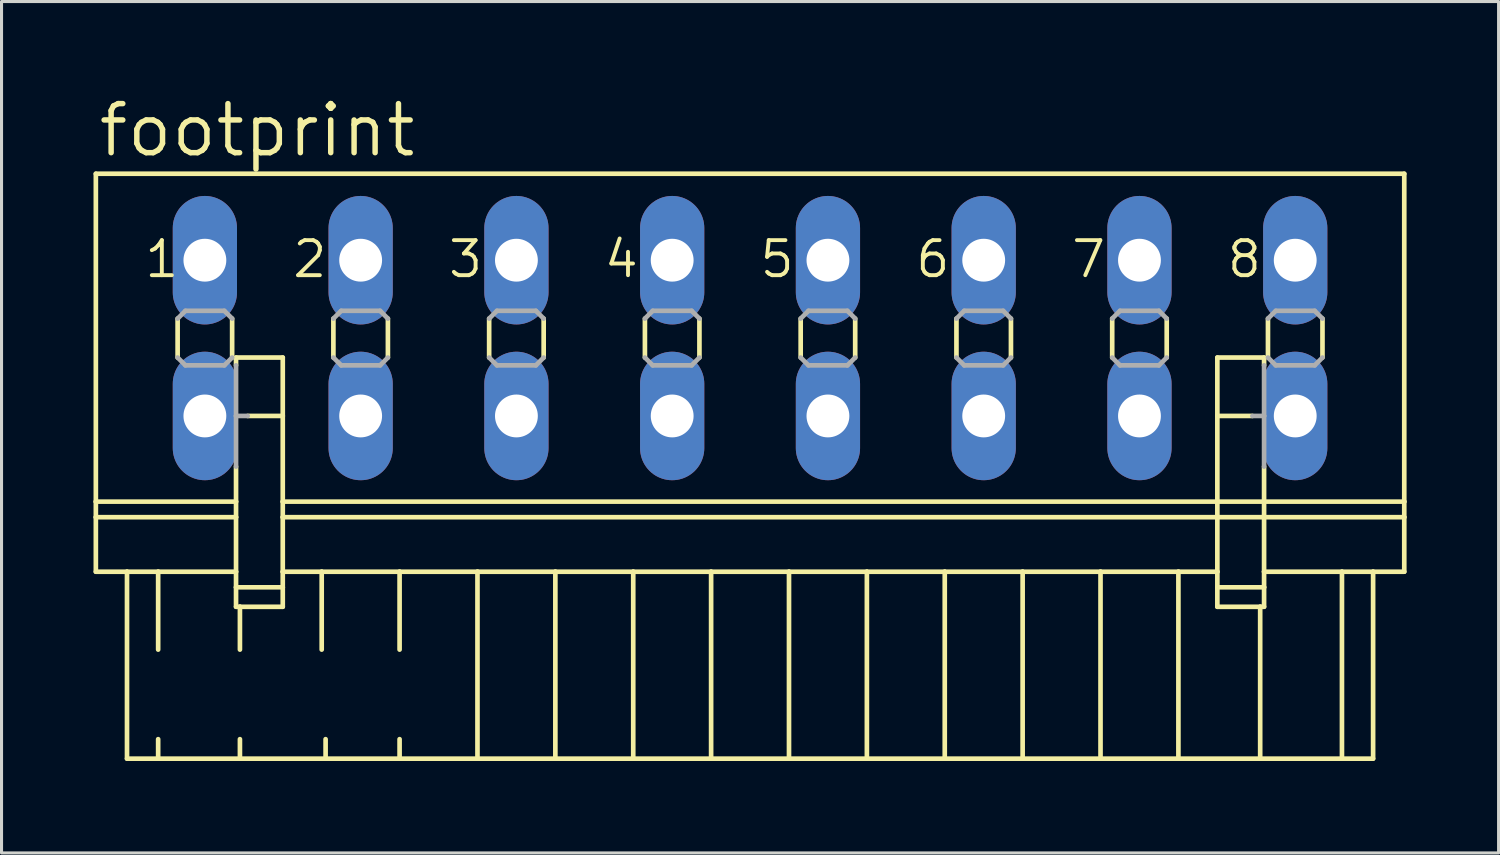
<source format=kicad_pcb>
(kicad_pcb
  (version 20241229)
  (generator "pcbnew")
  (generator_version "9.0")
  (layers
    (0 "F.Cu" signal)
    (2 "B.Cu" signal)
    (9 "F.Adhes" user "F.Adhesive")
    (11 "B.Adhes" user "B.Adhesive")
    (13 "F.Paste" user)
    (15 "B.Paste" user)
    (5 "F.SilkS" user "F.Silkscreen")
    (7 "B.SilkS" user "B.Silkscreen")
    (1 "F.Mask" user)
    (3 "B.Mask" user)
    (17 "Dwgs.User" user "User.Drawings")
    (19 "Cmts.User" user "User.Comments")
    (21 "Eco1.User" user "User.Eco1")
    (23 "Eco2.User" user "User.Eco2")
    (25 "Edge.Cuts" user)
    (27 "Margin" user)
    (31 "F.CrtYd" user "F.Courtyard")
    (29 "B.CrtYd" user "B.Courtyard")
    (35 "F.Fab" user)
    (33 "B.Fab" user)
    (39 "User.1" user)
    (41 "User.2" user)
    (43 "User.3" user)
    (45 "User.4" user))
  (footprint "footprint"
    (layer "F.Cu")
    (at 21.412 7.976)
    (property "Reference" "footprint" (at -21.336 -5.842 0) (layer "F.SilkS") (effects (font (size 1.6 1.6) (thickness 0.178)) (justify left bottom)))
    (fp_line (start -21.336 -5.359) (end -21.336 5.334) (stroke (width 0.152) (type solid)) (layer "F.SilkS"))
    (fp_line (start -21.336 -5.359) (end 21.336 -5.359) (stroke (width 0.152) (type solid)) (layer "F.SilkS"))
    (fp_line (start -21.336 5.334) (end -21.336 5.842) (stroke (width 0.152) (type solid)) (layer "F.SilkS"))
    (fp_line (start -21.336 5.334) (end -16.764 5.334) (stroke (width 0.152) (type solid)) (layer "F.SilkS"))
    (fp_line (start -21.336 5.842) (end -21.336 7.62) (stroke (width 0.152) (type solid)) (layer "F.SilkS"))
    (fp_line (start -21.336 5.842) (end -16.764 5.842) (stroke (width 0.152) (type solid)) (layer "F.SilkS"))
    (fp_line (start -21.336 7.62) (end -20.32 7.62) (stroke (width 0.152) (type solid)) (layer "F.SilkS"))
    (fp_line (start -20.32 7.62) (end -20.32 13.716) (stroke (width 0.152) (type solid)) (layer "F.SilkS"))
    (fp_line (start -20.32 7.62) (end -19.304 7.62) (stroke (width 0.152) (type solid)) (layer "F.SilkS"))
    (fp_line (start -20.32 13.716) (end -19.304 13.716) (stroke (width 0.152) (type solid)) (layer "F.SilkS"))
    (fp_line (start -19.304 7.62) (end -19.304 10.16) (stroke (width 0.152) (type solid)) (layer "F.SilkS"))
    (fp_line (start -19.304 7.62) (end -16.764 7.62) (stroke (width 0.152) (type solid)) (layer "F.SilkS"))
    (fp_line (start -19.304 13.081) (end -19.304 13.716) (stroke (width 0.152) (type solid)) (layer "F.SilkS"))
    (fp_line (start -19.304 13.716) (end -16.637 13.716) (stroke (width 0.152) (type solid)) (layer "F.SilkS"))
    (fp_line (start -18.669 -0.635) (end -18.669 0.635) (stroke (width 0.152) (type solid)) (layer "F.SilkS"))
    (fp_line (start -16.891 -0.635) (end -16.891 0.635) (stroke (width 0.152) (type solid)) (layer "F.SilkS"))
    (fp_line (start -16.764 0.635) (end -16.764 0.889) (stroke (width 0.152) (type solid)) (layer "F.SilkS"))
    (fp_line (start -16.764 0.635) (end -15.24 0.635) (stroke (width 0.152) (type solid)) (layer "F.SilkS"))
    (fp_line (start -16.764 4.191) (end -16.764 5.334) (stroke (width 0.152) (type solid)) (layer "F.SilkS"))
    (fp_line (start -16.764 5.842) (end -16.764 5.334) (stroke (width 0.152) (type solid)) (layer "F.SilkS"))
    (fp_line (start -16.764 7.62) (end -16.764 5.842) (stroke (width 0.152) (type solid)) (layer "F.SilkS"))
    (fp_line (start -16.764 8.128) (end -16.764 7.62) (stroke (width 0.152) (type solid)) (layer "F.SilkS"))
    (fp_line (start -16.764 8.128) (end -15.24 8.128) (stroke (width 0.152) (type solid)) (layer "F.SilkS"))
    (fp_line (start -16.764 8.763) (end -16.764 8.128) (stroke (width 0.152) (type solid)) (layer "F.SilkS"))
    (fp_line (start -16.637 8.763) (end -16.764 8.763) (stroke (width 0.152) (type solid)) (layer "F.SilkS"))
    (fp_line (start -16.637 8.763) (end -16.637 10.16) (stroke (width 0.152) (type solid)) (layer "F.SilkS"))
    (fp_line (start -16.637 13.081) (end -16.637 13.716) (stroke (width 0.152) (type solid)) (layer "F.SilkS"))
    (fp_line (start -16.637 13.716) (end -13.843 13.716) (stroke (width 0.152) (type solid)) (layer "F.SilkS"))
    (fp_line (start -15.24 0.635) (end -15.24 2.54) (stroke (width 0.152) (type solid)) (layer "F.SilkS"))
    (fp_line (start -15.24 2.54) (end -16.383 2.54) (stroke (width 0.152) (type solid)) (layer "F.SilkS"))
    (fp_line (start -15.24 2.54) (end -15.24 5.334) (stroke (width 0.152) (type solid)) (layer "F.SilkS"))
    (fp_line (start -15.24 5.334) (end -15.24 5.842) (stroke (width 0.152) (type solid)) (layer "F.SilkS"))
    (fp_line (start -15.24 5.334) (end 15.24 5.334) (stroke (width 0.152) (type solid)) (layer "F.SilkS"))
    (fp_line (start -15.24 5.842) (end -15.24 7.62) (stroke (width 0.152) (type solid)) (layer "F.SilkS"))
    (fp_line (start -15.24 5.842) (end 15.24 5.842) (stroke (width 0.152) (type solid)) (layer "F.SilkS"))
    (fp_line (start -15.24 7.62) (end -15.24 8.128) (stroke (width 0.152) (type solid)) (layer "F.SilkS"))
    (fp_line (start -15.24 7.62) (end -13.97 7.62) (stroke (width 0.152) (type solid)) (layer "F.SilkS"))
    (fp_line (start -15.24 8.128) (end -15.24 8.763) (stroke (width 0.152) (type solid)) (layer "F.SilkS"))
    (fp_line (start -15.24 8.763) (end -16.637 8.763) (stroke (width 0.152) (type solid)) (layer "F.SilkS"))
    (fp_line (start -13.97 7.62) (end -13.97 10.16) (stroke (width 0.152) (type solid)) (layer "F.SilkS"))
    (fp_line (start -13.97 7.62) (end -11.43 7.62) (stroke (width 0.152) (type solid)) (layer "F.SilkS"))
    (fp_line (start -13.843 13.081) (end -13.843 13.716) (stroke (width 0.152) (type solid)) (layer "F.SilkS"))
    (fp_line (start -13.843 13.716) (end -11.43 13.716) (stroke (width 0.152) (type solid)) (layer "F.SilkS"))
    (fp_line (start -13.589 -0.635) (end -13.589 0.635) (stroke (width 0.152) (type solid)) (layer "F.SilkS"))
    (fp_line (start -11.811 -0.635) (end -11.811 0.635) (stroke (width 0.152) (type solid)) (layer "F.SilkS"))
    (fp_line (start -11.43 7.62) (end -11.43 10.16) (stroke (width 0.152) (type solid)) (layer "F.SilkS"))
    (fp_line (start -11.43 7.62) (end -8.89 7.62) (stroke (width 0.152) (type solid)) (layer "F.SilkS"))
    (fp_line (start -11.43 13.081) (end -11.43 13.716) (stroke (width 0.152) (type solid)) (layer "F.SilkS"))
    (fp_line (start -11.43 13.716) (end -8.89 13.716) (stroke (width 0.152) (type solid)) (layer "F.SilkS"))
    (fp_line (start -8.89 7.62) (end -8.89 13.716) (stroke (width 0.152) (type solid)) (layer "F.SilkS"))
    (fp_line (start -8.89 7.62) (end -6.35 7.62) (stroke (width 0.152) (type solid)) (layer "F.SilkS"))
    (fp_line (start -8.89 13.716) (end -6.35 13.716) (stroke (width 0.152) (type solid)) (layer "F.SilkS"))
    (fp_line (start -8.509 -0.635) (end -8.509 0.635) (stroke (width 0.152) (type solid)) (layer "F.SilkS"))
    (fp_line (start -6.731 -0.635) (end -6.731 0.635) (stroke (width 0.152) (type solid)) (layer "F.SilkS"))
    (fp_line (start -6.35 7.62) (end -6.35 13.716) (stroke (width 0.152) (type solid)) (layer "F.SilkS"))
    (fp_line (start -6.35 7.62) (end -3.81 7.62) (stroke (width 0.152) (type solid)) (layer "F.SilkS"))
    (fp_line (start -6.35 13.716) (end -3.81 13.716) (stroke (width 0.152) (type solid)) (layer "F.SilkS"))
    (fp_line (start -3.81 7.62) (end -3.81 13.716) (stroke (width 0.152) (type solid)) (layer "F.SilkS"))
    (fp_line (start -3.81 7.62) (end -1.27 7.62) (stroke (width 0.152) (type solid)) (layer "F.SilkS"))
    (fp_line (start -3.81 13.716) (end -1.27 13.716) (stroke (width 0.152) (type solid)) (layer "F.SilkS"))
    (fp_line (start -3.429 -0.635) (end -3.429 0.635) (stroke (width 0.152) (type solid)) (layer "F.SilkS"))
    (fp_line (start -1.651 -0.635) (end -1.651 0.635) (stroke (width 0.152) (type solid)) (layer "F.SilkS"))
    (fp_line (start -1.27 7.62) (end -1.27 13.716) (stroke (width 0.152) (type solid)) (layer "F.SilkS"))
    (fp_line (start -1.27 7.62) (end 1.27 7.62) (stroke (width 0.152) (type solid)) (layer "F.SilkS"))
    (fp_line (start -1.27 13.716) (end 1.27 13.716) (stroke (width 0.152) (type solid)) (layer "F.SilkS"))
    (fp_line (start 1.27 7.62) (end 1.27 13.716) (stroke (width 0.152) (type solid)) (layer "F.SilkS"))
    (fp_line (start 1.27 7.62) (end 3.81 7.62) (stroke (width 0.152) (type solid)) (layer "F.SilkS"))
    (fp_line (start 1.27 13.716) (end 3.81 13.716) (stroke (width 0.152) (type solid)) (layer "F.SilkS"))
    (fp_line (start 1.651 -0.635) (end 1.651 0.635) (stroke (width 0.152) (type solid)) (layer "F.SilkS"))
    (fp_line (start 3.429 -0.635) (end 3.429 0.635) (stroke (width 0.152) (type solid)) (layer "F.SilkS"))
    (fp_line (start 3.81 7.62) (end 3.81 13.716) (stroke (width 0.152) (type solid)) (layer "F.SilkS"))
    (fp_line (start 3.81 7.62) (end 6.35 7.62) (stroke (width 0.152) (type solid)) (layer "F.SilkS"))
    (fp_line (start 3.81 13.716) (end 6.35 13.716) (stroke (width 0.152) (type solid)) (layer "F.SilkS"))
    (fp_line (start 6.35 7.62) (end 6.35 13.716) (stroke (width 0.152) (type solid)) (layer "F.SilkS"))
    (fp_line (start 6.35 7.62) (end 8.89 7.62) (stroke (width 0.152) (type solid)) (layer "F.SilkS"))
    (fp_line (start 6.35 13.716) (end 8.89 13.716) (stroke (width 0.152) (type solid)) (layer "F.SilkS"))
    (fp_line (start 6.731 -0.635) (end 6.731 0.635) (stroke (width 0.152) (type solid)) (layer "F.SilkS"))
    (fp_line (start 8.509 -0.635) (end 8.509 0.635) (stroke (width 0.152) (type solid)) (layer "F.SilkS"))
    (fp_line (start 8.89 7.62) (end 8.89 13.716) (stroke (width 0.152) (type solid)) (layer "F.SilkS"))
    (fp_line (start 8.89 7.62) (end 11.43 7.62) (stroke (width 0.152) (type solid)) (layer "F.SilkS"))
    (fp_line (start 8.89 13.716) (end 11.43 13.716) (stroke (width 0.152) (type solid)) (layer "F.SilkS"))
    (fp_line (start 11.43 7.62) (end 11.43 13.716) (stroke (width 0.152) (type solid)) (layer "F.SilkS"))
    (fp_line (start 11.43 7.62) (end 13.97 7.62) (stroke (width 0.152) (type solid)) (layer "F.SilkS"))
    (fp_line (start 11.43 13.716) (end 13.97 13.716) (stroke (width 0.152) (type solid)) (layer "F.SilkS"))
    (fp_line (start 11.811 -0.635) (end 11.811 0.635) (stroke (width 0.152) (type solid)) (layer "F.SilkS"))
    (fp_line (start 13.589 -0.635) (end 13.589 0.635) (stroke (width 0.152) (type solid)) (layer "F.SilkS"))
    (fp_line (start 13.97 7.62) (end 13.97 13.716) (stroke (width 0.152) (type solid)) (layer "F.SilkS"))
    (fp_line (start 13.97 7.62) (end 15.24 7.62) (stroke (width 0.152) (type solid)) (layer "F.SilkS"))
    (fp_line (start 13.97 13.716) (end 16.637 13.716) (stroke (width 0.152) (type solid)) (layer "F.SilkS"))
    (fp_line (start 15.24 0.635) (end 15.24 2.54) (stroke (width 0.152) (type solid)) (layer "F.SilkS"))
    (fp_line (start 15.24 2.54) (end 15.24 5.334) (stroke (width 0.152) (type solid)) (layer "F.SilkS"))
    (fp_line (start 15.24 2.54) (end 16.383 2.54) (stroke (width 0.152) (type solid)) (layer "F.SilkS"))
    (fp_line (start 15.24 5.334) (end 15.24 5.842) (stroke (width 0.152) (type solid)) (layer "F.SilkS"))
    (fp_line (start 15.24 5.334) (end 16.764 5.334) (stroke (width 0.152) (type solid)) (layer "F.SilkS"))
    (fp_line (start 15.24 5.842) (end 15.24 7.62) (stroke (width 0.152) (type solid)) (layer "F.SilkS"))
    (fp_line (start 15.24 5.842) (end 16.764 5.842) (stroke (width 0.152) (type solid)) (layer "F.SilkS"))
    (fp_line (start 15.24 7.62) (end 15.24 8.128) (stroke (width 0.152) (type solid)) (layer "F.SilkS"))
    (fp_line (start 15.24 8.128) (end 15.24 8.763) (stroke (width 0.152) (type solid)) (layer "F.SilkS"))
    (fp_line (start 15.24 8.128) (end 16.764 8.128) (stroke (width 0.152) (type solid)) (layer "F.SilkS"))
    (fp_line (start 16.637 8.763) (end 15.24 8.763) (stroke (width 0.152) (type solid)) (layer "F.SilkS"))
    (fp_line (start 16.637 8.763) (end 16.637 13.716) (stroke (width 0.152) (type solid)) (layer "F.SilkS"))
    (fp_line (start 16.637 13.716) (end 19.304 13.716) (stroke (width 0.152) (type solid)) (layer "F.SilkS"))
    (fp_line (start 16.764 0.635) (end 15.24 0.635) (stroke (width 0.152) (type solid)) (layer "F.SilkS"))
    (fp_line (start 16.764 0.889) (end 16.764 0.635) (stroke (width 0.152) (type solid)) (layer "F.SilkS"))
    (fp_line (start 16.764 4.191) (end 16.764 5.334) (stroke (width 0.152) (type solid)) (layer "F.SilkS"))
    (fp_line (start 16.764 5.334) (end 21.336 5.334) (stroke (width 0.152) (type solid)) (layer "F.SilkS"))
    (fp_line (start 16.764 5.842) (end 16.764 5.334) (stroke (width 0.152) (type solid)) (layer "F.SilkS"))
    (fp_line (start 16.764 5.842) (end 21.336 5.842) (stroke (width 0.152) (type solid)) (layer "F.SilkS"))
    (fp_line (start 16.764 7.62) (end 16.764 5.842) (stroke (width 0.152) (type solid)) (layer "F.SilkS"))
    (fp_line (start 16.764 7.62) (end 19.304 7.62) (stroke (width 0.152) (type solid)) (layer "F.SilkS"))
    (fp_line (start 16.764 8.128) (end 16.764 7.62) (stroke (width 0.152) (type solid)) (layer "F.SilkS"))
    (fp_line (start 16.764 8.763) (end 16.637 8.763) (stroke (width 0.152) (type solid)) (layer "F.SilkS"))
    (fp_line (start 16.764 8.763) (end 16.764 8.128) (stroke (width 0.152) (type solid)) (layer "F.SilkS"))
    (fp_line (start 16.891 -0.635) (end 16.891 0.635) (stroke (width 0.152) (type solid)) (layer "F.SilkS"))
    (fp_line (start 18.669 -0.635) (end 18.669 0.635) (stroke (width 0.152) (type solid)) (layer "F.SilkS"))
    (fp_line (start 19.304 7.62) (end 19.304 13.716) (stroke (width 0.152) (type solid)) (layer "F.SilkS"))
    (fp_line (start 19.304 7.62) (end 20.32 7.62) (stroke (width 0.152) (type solid)) (layer "F.SilkS"))
    (fp_line (start 19.304 13.716) (end 20.32 13.716) (stroke (width 0.152) (type solid)) (layer "F.SilkS"))
    (fp_line (start 20.32 7.62) (end 20.32 13.716) (stroke (width 0.152) (type solid)) (layer "F.SilkS"))
    (fp_line (start 20.32 7.62) (end 21.336 7.62) (stroke (width 0.152) (type solid)) (layer "F.SilkS"))
    (fp_line (start 21.336 -5.359) (end 21.336 5.334) (stroke (width 0.152) (type solid)) (layer "F.SilkS"))
    (fp_line (start 21.336 5.334) (end 21.336 5.842) (stroke (width 0.152) (type solid)) (layer "F.SilkS"))
    (fp_line (start 21.336 5.842) (end 21.336 7.62) (stroke (width 0.152) (type solid)) (layer "F.SilkS"))
    (fp_line (start -18.669 -0.635) (end -18.415 -0.889) (stroke (width 0.152) (type solid)) (layer "F.Fab"))
    (fp_line (start -18.415 -0.889) (end -17.145 -0.889) (stroke (width 0.152) (type solid)) (layer "F.Fab"))
    (fp_line (start -18.415 0.889) (end -18.669 0.635) (stroke (width 0.152) (type solid)) (layer "F.Fab"))
    (fp_line (start -17.145 -0.889) (end -16.891 -0.635) (stroke (width 0.152) (type solid)) (layer "F.Fab"))
    (fp_line (start -17.145 0.889) (end -18.415 0.889) (stroke (width 0.152) (type solid)) (layer "F.Fab"))
    (fp_line (start -16.891 0.635) (end -17.145 0.889) (stroke (width 0.152) (type solid)) (layer "F.Fab"))
    (fp_line (start -16.764 2.54) (end -16.764 0.889) (stroke (width 0.152) (type solid)) (layer "F.Fab"))
    (fp_line (start -16.764 2.54) (end -16.383 2.54) (stroke (width 0.152) (type solid)) (layer "F.Fab"))
    (fp_line (start -16.764 4.191) (end -16.764 2.54) (stroke (width 0.152) (type solid)) (layer "F.Fab"))
    (fp_line (start -13.589 -0.635) (end -13.335 -0.889) (stroke (width 0.152) (type solid)) (layer "F.Fab"))
    (fp_line (start -13.335 -0.889) (end -12.065 -0.889) (stroke (width 0.152) (type solid)) (layer "F.Fab"))
    (fp_line (start -13.335 0.889) (end -13.589 0.635) (stroke (width 0.152) (type solid)) (layer "F.Fab"))
    (fp_line (start -12.065 -0.889) (end -11.811 -0.635) (stroke (width 0.152) (type solid)) (layer "F.Fab"))
    (fp_line (start -12.065 0.889) (end -13.335 0.889) (stroke (width 0.152) (type solid)) (layer "F.Fab"))
    (fp_line (start -11.811 0.635) (end -12.065 0.889) (stroke (width 0.152) (type solid)) (layer "F.Fab"))
    (fp_line (start -8.509 -0.635) (end -8.255 -0.889) (stroke (width 0.152) (type solid)) (layer "F.Fab"))
    (fp_line (start -8.255 -0.889) (end -6.985 -0.889) (stroke (width 0.152) (type solid)) (layer "F.Fab"))
    (fp_line (start -8.255 0.889) (end -8.509 0.635) (stroke (width 0.152) (type solid)) (layer "F.Fab"))
    (fp_line (start -6.985 -0.889) (end -6.731 -0.635) (stroke (width 0.152) (type solid)) (layer "F.Fab"))
    (fp_line (start -6.985 0.889) (end -8.255 0.889) (stroke (width 0.152) (type solid)) (layer "F.Fab"))
    (fp_line (start -6.731 0.635) (end -6.985 0.889) (stroke (width 0.152) (type solid)) (layer "F.Fab"))
    (fp_line (start -3.429 -0.635) (end -3.175 -0.889) (stroke (width 0.152) (type solid)) (layer "F.Fab"))
    (fp_line (start -3.175 -0.889) (end -1.905 -0.889) (stroke (width 0.152) (type solid)) (layer "F.Fab"))
    (fp_line (start -3.175 0.889) (end -3.429 0.635) (stroke (width 0.152) (type solid)) (layer "F.Fab"))
    (fp_line (start -1.905 -0.889) (end -1.651 -0.635) (stroke (width 0.152) (type solid)) (layer "F.Fab"))
    (fp_line (start -1.905 0.889) (end -3.175 0.889) (stroke (width 0.152) (type solid)) (layer "F.Fab"))
    (fp_line (start -1.651 0.635) (end -1.905 0.889) (stroke (width 0.152) (type solid)) (layer "F.Fab"))
    (fp_line (start 1.651 -0.635) (end 1.905 -0.889) (stroke (width 0.152) (type solid)) (layer "F.Fab"))
    (fp_line (start 1.905 -0.889) (end 3.175 -0.889) (stroke (width 0.152) (type solid)) (layer "F.Fab"))
    (fp_line (start 1.905 0.889) (end 1.651 0.635) (stroke (width 0.152) (type solid)) (layer "F.Fab"))
    (fp_line (start 3.175 -0.889) (end 3.429 -0.635) (stroke (width 0.152) (type solid)) (layer "F.Fab"))
    (fp_line (start 3.175 0.889) (end 1.905 0.889) (stroke (width 0.152) (type solid)) (layer "F.Fab"))
    (fp_line (start 3.429 0.635) (end 3.175 0.889) (stroke (width 0.152) (type solid)) (layer "F.Fab"))
    (fp_line (start 6.731 -0.635) (end 6.985 -0.889) (stroke (width 0.152) (type solid)) (layer "F.Fab"))
    (fp_line (start 6.985 -0.889) (end 8.255 -0.889) (stroke (width 0.152) (type solid)) (layer "F.Fab"))
    (fp_line (start 6.985 0.889) (end 6.731 0.635) (stroke (width 0.152) (type solid)) (layer "F.Fab"))
    (fp_line (start 8.255 -0.889) (end 8.509 -0.635) (stroke (width 0.152) (type solid)) (layer "F.Fab"))
    (fp_line (start 8.255 0.889) (end 6.985 0.889) (stroke (width 0.152) (type solid)) (layer "F.Fab"))
    (fp_line (start 8.509 0.635) (end 8.255 0.889) (stroke (width 0.152) (type solid)) (layer "F.Fab"))
    (fp_line (start 11.811 -0.635) (end 12.065 -0.889) (stroke (width 0.152) (type solid)) (layer "F.Fab"))
    (fp_line (start 12.065 -0.889) (end 13.335 -0.889) (stroke (width 0.152) (type solid)) (layer "F.Fab"))
    (fp_line (start 12.065 0.889) (end 11.811 0.635) (stroke (width 0.152) (type solid)) (layer "F.Fab"))
    (fp_line (start 13.335 -0.889) (end 13.589 -0.635) (stroke (width 0.152) (type solid)) (layer "F.Fab"))
    (fp_line (start 13.335 0.889) (end 12.065 0.889) (stroke (width 0.152) (type solid)) (layer "F.Fab"))
    (fp_line (start 13.589 0.635) (end 13.335 0.889) (stroke (width 0.152) (type solid)) (layer "F.Fab"))
    (fp_line (start 16.383 2.54) (end 16.764 2.54) (stroke (width 0.152) (type solid)) (layer "F.Fab"))
    (fp_line (start 16.764 2.54) (end 16.764 0.889) (stroke (width 0.152) (type solid)) (layer "F.Fab"))
    (fp_line (start 16.764 4.191) (end 16.764 2.54) (stroke (width 0.152) (type solid)) (layer "F.Fab"))
    (fp_line (start 16.891 -0.635) (end 17.145 -0.889) (stroke (width 0.152) (type solid)) (layer "F.Fab"))
    (fp_line (start 17.145 -0.889) (end 18.415 -0.889) (stroke (width 0.152) (type solid)) (layer "F.Fab"))
    (fp_line (start 17.145 0.889) (end 16.891 0.635) (stroke (width 0.152) (type solid)) (layer "F.Fab"))
    (fp_line (start 18.415 -0.889) (end 18.669 -0.635) (stroke (width 0.152) (type solid)) (layer "F.Fab"))
    (fp_line (start 18.415 0.889) (end 17.145 0.889) (stroke (width 0.152) (type solid)) (layer "F.Fab"))
    (fp_line (start 18.669 0.635) (end 18.415 0.889) (stroke (width 0.152) (type solid)) (layer "F.Fab"))
    (fp_text user "7" (at 10.414 -1.905 0) (layer "F.SilkS") (effects (font (size 1.143 1.143) (thickness 0.127)) (justify left bottom)))
    (fp_text user "6" (at 5.334 -1.905 0) (layer "F.SilkS") (effects (font (size 1.143 1.143) (thickness 0.127)) (justify left bottom)))
    (fp_text user "3" (at -9.906 -1.905 0) (layer "F.SilkS") (effects (font (size 1.143 1.143) (thickness 0.127)) (justify left bottom)))
    (fp_text user "4" (at -4.826 -1.905 0) (layer "F.SilkS") (effects (font (size 1.143 1.143) (thickness 0.127)) (justify left bottom)))
    (fp_text user "8" (at 15.494 -1.905 0) (layer "F.SilkS") (effects (font (size 1.143 1.143) (thickness 0.127)) (justify left bottom)))
    (fp_text user "1" (at -19.812 -1.905 0) (layer "F.SilkS") (effects (font (size 1.143 1.143) (thickness 0.127)) (justify left bottom)))
    (fp_text user "2" (at -14.986 -1.905 0) (layer "F.SilkS") (effects (font (size 1.143 1.143) (thickness 0.127)) (justify left bottom)))
    (fp_text user "5" (at 0.254 -1.905 0) (layer "F.SilkS") (effects (font (size 1.143 1.143) (thickness 0.127)) (justify left bottom)))
    (pad "1" thru_hole oval (at -17.78 -2.54 90) (size 4.191 2.095) (drill 1.397) (layers "*.Cu" "*.Mask"))
    (pad "1A" thru_hole oval (at -17.78 2.54 90) (size 4.191 2.095) (drill 1.397) (layers "*.Cu" "*.Mask"))
    (pad "2" thru_hole oval (at -12.7 -2.54 90) (size 4.191 2.095) (drill 1.397) (layers "*.Cu" "*.Mask"))
    (pad "2A" thru_hole oval (at -12.7 2.54 90) (size 4.191 2.095) (drill 1.397) (layers "*.Cu" "*.Mask"))
    (pad "3" thru_hole oval (at -7.62 -2.54 90) (size 4.191 2.095) (drill 1.397) (layers "*.Cu" "*.Mask"))
    (pad "3A" thru_hole oval (at -7.62 2.54 90) (size 4.191 2.095) (drill 1.397) (layers "*.Cu" "*.Mask"))
    (pad "4" thru_hole oval (at -2.54 -2.54 90) (size 4.191 2.095) (drill 1.397) (layers "*.Cu" "*.Mask"))
    (pad "4A" thru_hole oval (at -2.54 2.54 90) (size 4.191 2.095) (drill 1.397) (layers "*.Cu" "*.Mask"))
    (pad "5" thru_hole oval (at 2.54 -2.54 90) (size 4.191 2.095) (drill 1.397) (layers "*.Cu" "*.Mask"))
    (pad "5A" thru_hole oval (at 2.54 2.54 90) (size 4.191 2.095) (drill 1.397) (layers "*.Cu" "*.Mask"))
    (pad "6" thru_hole oval (at 7.62 -2.54 90) (size 4.191 2.095) (drill 1.397) (layers "*.Cu" "*.Mask"))
    (pad "6A" thru_hole oval (at 7.62 2.54 90) (size 4.191 2.095) (drill 1.397) (layers "*.Cu" "*.Mask"))
    (pad "7" thru_hole oval (at 12.7 -2.54 90) (size 4.191 2.095) (drill 1.397) (layers "*.Cu" "*.Mask"))
    (pad "7A" thru_hole oval (at 12.7 2.54 90) (size 4.191 2.095) (drill 1.397) (layers "*.Cu" "*.Mask"))
    (pad "8" thru_hole oval (at 17.78 -2.54 90) (size 4.191 2.095) (drill 1.397) (layers "*.Cu" "*.Mask"))
    (pad "8A" thru_hole oval (at 17.78 2.54 90) (size 4.191 2.095) (drill 1.397) (layers "*.Cu" "*.Mask")))
  (gr_rect
    (start -3 -3)
    (end 45.824 24.768)
    (stroke (width 0.1) (type default))
    (fill no)
    (layer "Edge.Cuts")))
</source>
